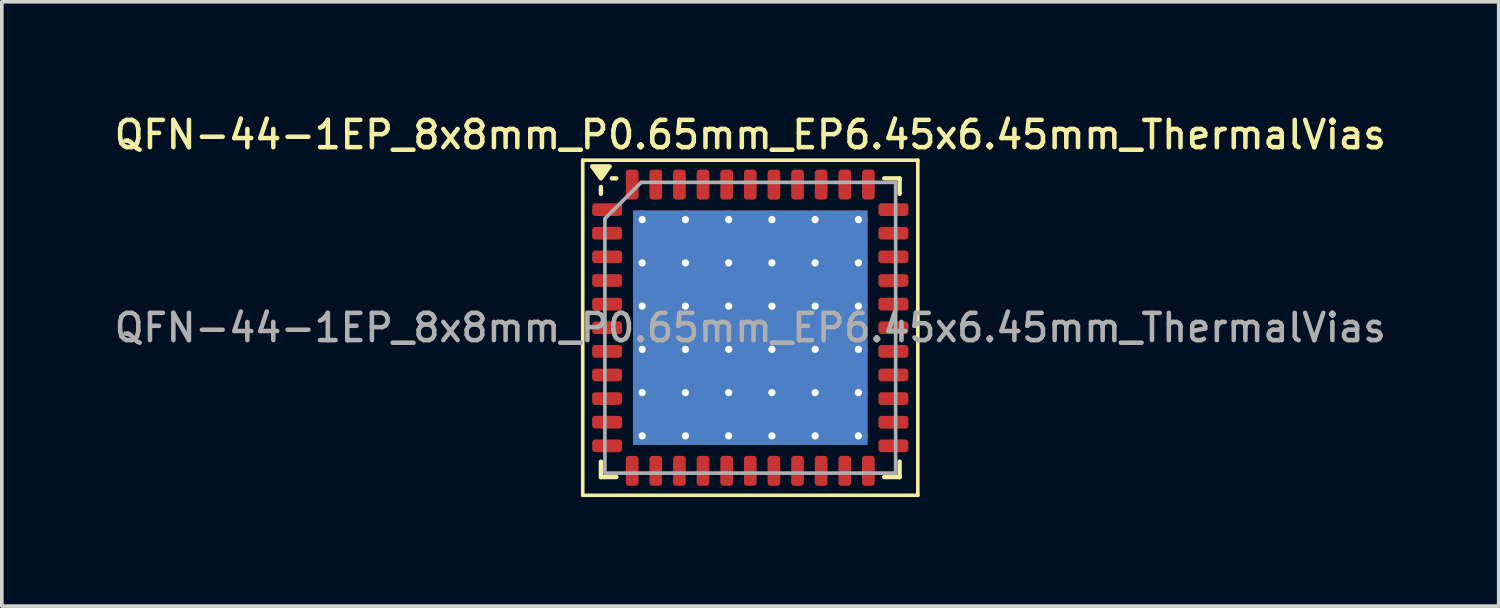
<source format=kicad_pcb>
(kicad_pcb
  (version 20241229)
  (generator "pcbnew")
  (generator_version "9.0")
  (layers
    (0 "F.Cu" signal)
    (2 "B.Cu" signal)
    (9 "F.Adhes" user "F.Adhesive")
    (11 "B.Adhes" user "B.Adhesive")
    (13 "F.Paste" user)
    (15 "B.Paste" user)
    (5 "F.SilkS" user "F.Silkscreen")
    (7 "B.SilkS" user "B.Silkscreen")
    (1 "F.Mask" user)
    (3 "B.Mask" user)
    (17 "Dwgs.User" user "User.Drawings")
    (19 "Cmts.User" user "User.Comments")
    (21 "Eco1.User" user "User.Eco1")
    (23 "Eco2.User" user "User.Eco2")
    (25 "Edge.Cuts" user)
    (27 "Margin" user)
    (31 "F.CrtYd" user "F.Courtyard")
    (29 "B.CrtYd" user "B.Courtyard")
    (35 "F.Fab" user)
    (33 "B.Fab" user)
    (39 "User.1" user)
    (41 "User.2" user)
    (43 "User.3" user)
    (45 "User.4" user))
  (footprint "QFN-44-1EP_8x8mm_P0.65mm_EP6.45x6.45mm_ThermalVias"
    (layer "F.Cu")
    (at 17.595 5.968)
    (property "Reference" "QFN-44-1EP_8x8mm_P0.65mm_EP6.45x6.45mm_ThermalVias" (at 0 -5.31 0) (layer "F.SilkS") (effects (font (size 0.75 0.75) (thickness 0.125))))
    (attr smd)
    (fp_line (start -4.61 -4.61) (end -4.61 4.61) (stroke (width 0.1) (type solid)) (layer "F.SilkS"))
    (fp_line (start -4.61 4.61) (end 4.61 4.61) (stroke (width 0.1) (type solid)) (layer "F.SilkS"))
    (fp_line (start -4.11 -3.685) (end -4.11 -3.87) (stroke (width 0.12) (type solid)) (layer "F.SilkS"))
    (fp_line (start -4.11 4.11) (end -4.11 3.685) (stroke (width 0.12) (type solid)) (layer "F.SilkS"))
    (fp_line (start -3.685 -4.11) (end -3.81 -4.11) (stroke (width 0.12) (type solid)) (layer "F.SilkS"))
    (fp_line (start -3.685 4.11) (end -4.11 4.11) (stroke (width 0.12) (type solid)) (layer "F.SilkS"))
    (fp_line (start 3.685 -4.11) (end 4.11 -4.11) (stroke (width 0.12) (type solid)) (layer "F.SilkS"))
    (fp_line (start 3.685 4.11) (end 4.11 4.11) (stroke (width 0.12) (type solid)) (layer "F.SilkS"))
    (fp_line (start 4.11 -4.11) (end 4.11 -3.685) (stroke (width 0.12) (type solid)) (layer "F.SilkS"))
    (fp_line (start 4.11 4.11) (end 4.11 3.685) (stroke (width 0.12) (type solid)) (layer "F.SilkS"))
    (fp_line (start 4.61 -4.61) (end -4.61 -4.61) (stroke (width 0.1) (type solid)) (layer "F.SilkS"))
    (fp_line (start 4.61 4.61) (end 4.61 -4.61) (stroke (width 0.1) (type solid)) (layer "F.SilkS"))
    (fp_poly (pts (xy -4.11 -4.11) (xy -4.35 -4.44) (xy -3.87 -4.44) (xy -4.11 -4.11)) (stroke (width 0.12) (type solid)) (fill yes) (layer "F.SilkS"))
    (fp_line (start -4 -3) (end -3 -4) (stroke (width 0.1) (type solid)) (layer "F.Fab"))
    (fp_line (start -4 4) (end -4 -3) (stroke (width 0.1) (type solid)) (layer "F.Fab"))
    (fp_line (start -3 -4) (end 4 -4) (stroke (width 0.1) (type solid)) (layer "F.Fab"))
    (fp_line (start 4 -4) (end 4 4) (stroke (width 0.1) (type solid)) (layer "F.Fab"))
    (fp_line (start 4 4) (end -4 4) (stroke (width 0.1) (type solid)) (layer "F.Fab"))
    (fp_text user "${REFERENCE}" (at 0 0 0) (layer "F.Fab") (effects (font (size 0.75 0.75) (thickness 0.125))))
    (pad "" smd roundrect (at -2.38 -2.38) (size 0.999 0.999) (layers "F.Paste") (roundrect_rratio 0.25))
    (pad "" smd roundrect (at -2.38 -1.19) (size 0.999 0.999) (layers "F.Paste") (roundrect_rratio 0.25))
    (pad "" smd roundrect (at -2.38 0) (size 0.999 0.999) (layers "F.Paste") (roundrect_rratio 0.25))
    (pad "" smd roundrect (at -2.38 1.19) (size 0.999 0.999) (layers "F.Paste") (roundrect_rratio 0.25))
    (pad "" smd roundrect (at -2.38 2.38) (size 0.999 0.999) (layers "F.Paste") (roundrect_rratio 0.25))
    (pad "" smd roundrect (at -1.19 -2.38) (size 0.999 0.999) (layers "F.Paste") (roundrect_rratio 0.25))
    (pad "" smd roundrect (at -1.19 -1.19) (size 0.999 0.999) (layers "F.Paste") (roundrect_rratio 0.25))
    (pad "" smd roundrect (at -1.19 0) (size 0.999 0.999) (layers "F.Paste") (roundrect_rratio 0.25))
    (pad "" smd roundrect (at -1.19 1.19) (size 0.999 0.999) (layers "F.Paste") (roundrect_rratio 0.25))
    (pad "" smd roundrect (at -1.19 2.38) (size 0.999 0.999) (layers "F.Paste") (roundrect_rratio 0.25))
    (pad "" smd roundrect (at 0 -2.38) (size 0.999 0.999) (layers "F.Paste") (roundrect_rratio 0.25))
    (pad "" smd roundrect (at 0 -1.19) (size 0.999 0.999) (layers "F.Paste") (roundrect_rratio 0.25))
    (pad "" smd roundrect (at 0 0) (size 0.999 0.999) (layers "F.Paste") (roundrect_rratio 0.25))
    (pad "" smd roundrect (at 0 1.19) (size 0.999 0.999) (layers "F.Paste") (roundrect_rratio 0.25))
    (pad "" smd roundrect (at 0 2.38) (size 0.999 0.999) (layers "F.Paste") (roundrect_rratio 0.25))
    (pad "" smd roundrect (at 1.19 -2.38) (size 0.999 0.999) (layers "F.Paste") (roundrect_rratio 0.25))
    (pad "" smd roundrect (at 1.19 -1.19) (size 0.999 0.999) (layers "F.Paste") (roundrect_rratio 0.25))
    (pad "" smd roundrect (at 1.19 0) (size 0.999 0.999) (layers "F.Paste") (roundrect_rratio 0.25))
    (pad "" smd roundrect (at 1.19 1.19) (size 0.999 0.999) (layers "F.Paste") (roundrect_rratio 0.25))
    (pad "" smd roundrect (at 1.19 2.38) (size 0.999 0.999) (layers "F.Paste") (roundrect_rratio 0.25))
    (pad "" smd roundrect (at 2.38 -2.38) (size 0.999 0.999) (layers "F.Paste") (roundrect_rratio 0.25))
    (pad "" smd roundrect (at 2.38 -1.19) (size 0.999 0.999) (layers "F.Paste") (roundrect_rratio 0.25))
    (pad "" smd roundrect (at 2.38 0) (size 0.999 0.999) (layers "F.Paste") (roundrect_rratio 0.25))
    (pad "" smd roundrect (at 2.38 1.19) (size 0.999 0.999) (layers "F.Paste") (roundrect_rratio 0.25))
    (pad "" smd roundrect (at 2.38 2.38) (size 0.999 0.999) (layers "F.Paste") (roundrect_rratio 0.25))
    (pad "1" smd roundrect (at -3.938 -3.25) (size 0.825 0.35) (layers "F.Cu" "F.Mask" "F.Paste") (roundrect_rratio 0.25))
    (pad "2" smd roundrect (at -3.938 -2.6) (size 0.825 0.35) (layers "F.Cu" "F.Mask" "F.Paste") (roundrect_rratio 0.25))
    (pad "3" smd roundrect (at -3.938 -1.95) (size 0.825 0.35) (layers "F.Cu" "F.Mask" "F.Paste") (roundrect_rratio 0.25))
    (pad "4" smd roundrect (at -3.938 -1.3) (size 0.825 0.35) (layers "F.Cu" "F.Mask" "F.Paste") (roundrect_rratio 0.25))
    (pad "5" smd roundrect (at -3.938 -0.65) (size 0.825 0.35) (layers "F.Cu" "F.Mask" "F.Paste") (roundrect_rratio 0.25))
    (pad "6" smd roundrect (at -3.938 0) (size 0.825 0.35) (layers "F.Cu" "F.Mask" "F.Paste") (roundrect_rratio 0.25))
    (pad "7" smd roundrect (at -3.938 0.65) (size 0.825 0.35) (layers "F.Cu" "F.Mask" "F.Paste") (roundrect_rratio 0.25))
    (pad "8" smd roundrect (at -3.938 1.3) (size 0.825 0.35) (layers "F.Cu" "F.Mask" "F.Paste") (roundrect_rratio 0.25))
    (pad "9" smd roundrect (at -3.938 1.95) (size 0.825 0.35) (layers "F.Cu" "F.Mask" "F.Paste") (roundrect_rratio 0.25))
    (pad "10" smd roundrect (at -3.938 2.6) (size 0.825 0.35) (layers "F.Cu" "F.Mask" "F.Paste") (roundrect_rratio 0.25))
    (pad "11" smd roundrect (at -3.938 3.25) (size 0.825 0.35) (layers "F.Cu" "F.Mask" "F.Paste") (roundrect_rratio 0.25))
    (pad "12" smd roundrect (at -3.25 3.938) (size 0.35 0.825) (layers "F.Cu" "F.Mask" "F.Paste") (roundrect_rratio 0.25))
    (pad "13" smd roundrect (at -2.6 3.938) (size 0.35 0.825) (layers "F.Cu" "F.Mask" "F.Paste") (roundrect_rratio 0.25))
    (pad "14" smd roundrect (at -1.95 3.938) (size 0.35 0.825) (layers "F.Cu" "F.Mask" "F.Paste") (roundrect_rratio 0.25))
    (pad "15" smd roundrect (at -1.3 3.938) (size 0.35 0.825) (layers "F.Cu" "F.Mask" "F.Paste") (roundrect_rratio 0.25))
    (pad "16" smd roundrect (at -0.65 3.938) (size 0.35 0.825) (layers "F.Cu" "F.Mask" "F.Paste") (roundrect_rratio 0.25))
    (pad "17" smd roundrect (at 0 3.938) (size 0.35 0.825) (layers "F.Cu" "F.Mask" "F.Paste") (roundrect_rratio 0.25))
    (pad "18" smd roundrect (at 0.65 3.938) (size 0.35 0.825) (layers "F.Cu" "F.Mask" "F.Paste") (roundrect_rratio 0.25))
    (pad "19" smd roundrect (at 1.3 3.938) (size 0.35 0.825) (layers "F.Cu" "F.Mask" "F.Paste") (roundrect_rratio 0.25))
    (pad "20" smd roundrect (at 1.95 3.938) (size 0.35 0.825) (layers "F.Cu" "F.Mask" "F.Paste") (roundrect_rratio 0.25))
    (pad "21" smd roundrect (at 2.6 3.938) (size 0.35 0.825) (layers "F.Cu" "F.Mask" "F.Paste") (roundrect_rratio 0.25))
    (pad "22" smd roundrect (at 3.25 3.938) (size 0.35 0.825) (layers "F.Cu" "F.Mask" "F.Paste") (roundrect_rratio 0.25))
    (pad "23" smd roundrect (at 3.938 3.25) (size 0.825 0.35) (layers "F.Cu" "F.Mask" "F.Paste") (roundrect_rratio 0.25))
    (pad "24" smd roundrect (at 3.938 2.6) (size 0.825 0.35) (layers "F.Cu" "F.Mask" "F.Paste") (roundrect_rratio 0.25))
    (pad "25" smd roundrect (at 3.938 1.95) (size 0.825 0.35) (layers "F.Cu" "F.Mask" "F.Paste") (roundrect_rratio 0.25))
    (pad "26" smd roundrect (at 3.938 1.3) (size 0.825 0.35) (layers "F.Cu" "F.Mask" "F.Paste") (roundrect_rratio 0.25))
    (pad "27" smd roundrect (at 3.938 0.65) (size 0.825 0.35) (layers "F.Cu" "F.Mask" "F.Paste") (roundrect_rratio 0.25))
    (pad "28" smd roundrect (at 3.938 0) (size 0.825 0.35) (layers "F.Cu" "F.Mask" "F.Paste") (roundrect_rratio 0.25))
    (pad "29" smd roundrect (at 3.938 -0.65) (size 0.825 0.35) (layers "F.Cu" "F.Mask" "F.Paste") (roundrect_rratio 0.25))
    (pad "30" smd roundrect (at 3.938 -1.3) (size 0.825 0.35) (layers "F.Cu" "F.Mask" "F.Paste") (roundrect_rratio 0.25))
    (pad "31" smd roundrect (at 3.938 -1.95) (size 0.825 0.35) (layers "F.Cu" "F.Mask" "F.Paste") (roundrect_rratio 0.25))
    (pad "32" smd roundrect (at 3.938 -2.6) (size 0.825 0.35) (layers "F.Cu" "F.Mask" "F.Paste") (roundrect_rratio 0.25))
    (pad "33" smd roundrect (at 3.938 -3.25) (size 0.825 0.35) (layers "F.Cu" "F.Mask" "F.Paste") (roundrect_rratio 0.25))
    (pad "34" smd roundrect (at 3.25 -3.938) (size 0.35 0.825) (layers "F.Cu" "F.Mask" "F.Paste") (roundrect_rratio 0.25))
    (pad "35" smd roundrect (at 2.6 -3.938) (size 0.35 0.825) (layers "F.Cu" "F.Mask" "F.Paste") (roundrect_rratio 0.25))
    (pad "36" smd roundrect (at 1.95 -3.938) (size 0.35 0.825) (layers "F.Cu" "F.Mask" "F.Paste") (roundrect_rratio 0.25))
    (pad "37" smd roundrect (at 1.3 -3.938) (size 0.35 0.825) (layers "F.Cu" "F.Mask" "F.Paste") (roundrect_rratio 0.25))
    (pad "38" smd roundrect (at 0.65 -3.938) (size 0.35 0.825) (layers "F.Cu" "F.Mask" "F.Paste") (roundrect_rratio 0.25))
    (pad "39" smd roundrect (at 0 -3.938) (size 0.35 0.825) (layers "F.Cu" "F.Mask" "F.Paste") (roundrect_rratio 0.25))
    (pad "40" smd roundrect (at -0.65 -3.938) (size 0.35 0.825) (layers "F.Cu" "F.Mask" "F.Paste") (roundrect_rratio 0.25))
    (pad "41" smd roundrect (at -1.3 -3.938) (size 0.35 0.825) (layers "F.Cu" "F.Mask" "F.Paste") (roundrect_rratio 0.25))
    (pad "42" smd roundrect (at -1.95 -3.938) (size 0.35 0.825) (layers "F.Cu" "F.Mask" "F.Paste") (roundrect_rratio 0.25))
    (pad "43" smd roundrect (at -2.6 -3.938) (size 0.35 0.825) (layers "F.Cu" "F.Mask" "F.Paste") (roundrect_rratio 0.25))
    (pad "44" smd roundrect (at -3.25 -3.938) (size 0.35 0.825) (layers "F.Cu" "F.Mask" "F.Paste") (roundrect_rratio 0.25))
    (pad "45" thru_hole circle (at -2.975 -2.975) (size 0.5 0.5) (drill 0.2) (property pad_prop_heatsink) (layers "*.Cu"))
    (pad "45" thru_hole circle (at -2.975 -1.785) (size 0.5 0.5) (drill 0.2) (property pad_prop_heatsink) (layers "*.Cu"))
    (pad "45" thru_hole circle (at -2.975 -0.595) (size 0.5 0.5) (drill 0.2) (property pad_prop_heatsink) (layers "*.Cu"))
    (pad "45" thru_hole circle (at -2.975 0.595) (size 0.5 0.5) (drill 0.2) (property pad_prop_heatsink) (layers "*.Cu"))
    (pad "45" thru_hole circle (at -2.975 1.785) (size 0.5 0.5) (drill 0.2) (property pad_prop_heatsink) (layers "*.Cu"))
    (pad "45" thru_hole circle (at -2.975 2.975) (size 0.5 0.5) (drill 0.2) (property pad_prop_heatsink) (layers "*.Cu"))
    (pad "45" thru_hole circle (at -1.785 -2.975) (size 0.5 0.5) (drill 0.2) (property pad_prop_heatsink) (layers "*.Cu"))
    (pad "45" thru_hole circle (at -1.785 -1.785) (size 0.5 0.5) (drill 0.2) (property pad_prop_heatsink) (layers "*.Cu"))
    (pad "45" thru_hole circle (at -1.785 -0.595) (size 0.5 0.5) (drill 0.2) (property pad_prop_heatsink) (layers "*.Cu"))
    (pad "45" thru_hole circle (at -1.785 0.595) (size 0.5 0.5) (drill 0.2) (property pad_prop_heatsink) (layers "*.Cu"))
    (pad "45" thru_hole circle (at -1.785 1.785) (size 0.5 0.5) (drill 0.2) (property pad_prop_heatsink) (layers "*.Cu"))
    (pad "45" thru_hole circle (at -1.785 2.975) (size 0.5 0.5) (drill 0.2) (property pad_prop_heatsink) (layers "*.Cu"))
    (pad "45" thru_hole circle (at -0.595 -2.975) (size 0.5 0.5) (drill 0.2) (property pad_prop_heatsink) (layers "*.Cu"))
    (pad "45" thru_hole circle (at -0.595 -1.785) (size 0.5 0.5) (drill 0.2) (property pad_prop_heatsink) (layers "*.Cu"))
    (pad "45" thru_hole circle (at -0.595 -0.595) (size 0.5 0.5) (drill 0.2) (property pad_prop_heatsink) (layers "*.Cu"))
    (pad "45" thru_hole circle (at -0.595 0.595) (size 0.5 0.5) (drill 0.2) (property pad_prop_heatsink) (layers "*.Cu"))
    (pad "45" thru_hole circle (at -0.595 1.785) (size 0.5 0.5) (drill 0.2) (property pad_prop_heatsink) (layers "*.Cu"))
    (pad "45" thru_hole circle (at -0.595 2.975) (size 0.5 0.5) (drill 0.2) (property pad_prop_heatsink) (layers "*.Cu"))
    (pad "45" smd rect (at 0 0) (size 6.45 6.45) (property pad_prop_heatsink) (layers "F.Cu" "F.Mask"))
    (pad "45" smd rect (at 0 0) (size 6.45 6.45) (property pad_prop_heatsink) (layers "B.Cu"))
    (pad "45" thru_hole circle (at 0.595 -2.975) (size 0.5 0.5) (drill 0.2) (property pad_prop_heatsink) (layers "*.Cu"))
    (pad "45" thru_hole circle (at 0.595 -1.785) (size 0.5 0.5) (drill 0.2) (property pad_prop_heatsink) (layers "*.Cu"))
    (pad "45" thru_hole circle (at 0.595 -0.595) (size 0.5 0.5) (drill 0.2) (property pad_prop_heatsink) (layers "*.Cu"))
    (pad "45" thru_hole circle (at 0.595 0.595) (size 0.5 0.5) (drill 0.2) (property pad_prop_heatsink) (layers "*.Cu"))
    (pad "45" thru_hole circle (at 0.595 1.785) (size 0.5 0.5) (drill 0.2) (property pad_prop_heatsink) (layers "*.Cu"))
    (pad "45" thru_hole circle (at 0.595 2.975) (size 0.5 0.5) (drill 0.2) (property pad_prop_heatsink) (layers "*.Cu"))
    (pad "45" thru_hole circle (at 1.785 -2.975) (size 0.5 0.5) (drill 0.2) (property pad_prop_heatsink) (layers "*.Cu"))
    (pad "45" thru_hole circle (at 1.785 -1.785) (size 0.5 0.5) (drill 0.2) (property pad_prop_heatsink) (layers "*.Cu"))
    (pad "45" thru_hole circle (at 1.785 -0.595) (size 0.5 0.5) (drill 0.2) (property pad_prop_heatsink) (layers "*.Cu"))
    (pad "45" thru_hole circle (at 1.785 0.595) (size 0.5 0.5) (drill 0.2) (property pad_prop_heatsink) (layers "*.Cu"))
    (pad "45" thru_hole circle (at 1.785 1.785) (size 0.5 0.5) (drill 0.2) (property pad_prop_heatsink) (layers "*.Cu"))
    (pad "45" thru_hole circle (at 1.785 2.975) (size 0.5 0.5) (drill 0.2) (property pad_prop_heatsink) (layers "*.Cu"))
    (pad "45" thru_hole circle (at 2.975 -2.975) (size 0.5 0.5) (drill 0.2) (property pad_prop_heatsink) (layers "*.Cu"))
    (pad "45" thru_hole circle (at 2.975 -1.785) (size 0.5 0.5) (drill 0.2) (property pad_prop_heatsink) (layers "*.Cu"))
    (pad "45" thru_hole circle (at 2.975 -0.595) (size 0.5 0.5) (drill 0.2) (property pad_prop_heatsink) (layers "*.Cu"))
    (pad "45" thru_hole circle (at 2.975 0.595) (size 0.5 0.5) (drill 0.2) (property pad_prop_heatsink) (layers "*.Cu"))
    (pad "45" thru_hole circle (at 2.975 1.785) (size 0.5 0.5) (drill 0.2) (property pad_prop_heatsink) (layers "*.Cu"))
    (pad "45" thru_hole circle (at 2.975 2.975) (size 0.5 0.5) (drill 0.2) (property pad_prop_heatsink) (layers "*.Cu")))
  (gr_rect
    (start -3 -3)
    (end 38.189 13.628)
    (stroke (width 0.1) (type default))
    (fill no)
    (layer "Edge.Cuts")))
</source>
